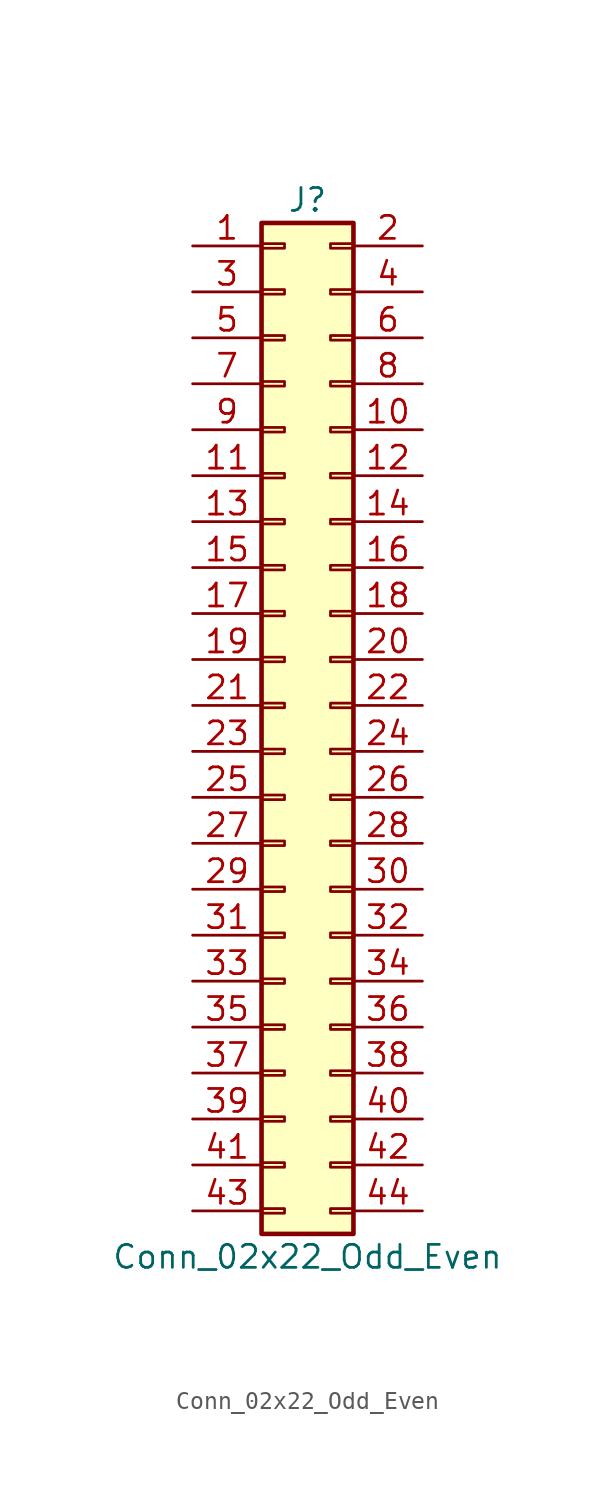
<source format=kicad_sym>
(kicad_symbol_lib
  (version 20241209)
  (generator "kicad_symbol_editor")
  (generator_version "9.0")
  (symbol "Conn_02x22_Odd_Even"
    (pin_names
      (offset 1.016)
      (hide yes))
    (property "Reference" "J"
      (at 1.27 27.94 0)
      (effects (font (size 1.27 1.27))))
    (property "Value" "Conn_02x22_Odd_Even"
      (at 1.27 -30.48 0)
      (effects (font (size 1.27 1.27))))
    (symbol "Conn_02x22_Odd_Even_1_1"
      (rectangle (start -1.27 26.67) (end 3.81 -29.21) (stroke (width 0.254) (type default)) (fill (type background)))
      (rectangle (start -1.27 25.527) (end 0 25.273) (stroke (width 0.152) (type default)) (fill (type none)))
      (rectangle (start -1.27 22.987) (end 0 22.733) (stroke (width 0.152) (type default)) (fill (type none)))
      (rectangle (start -1.27 20.447) (end 0 20.193) (stroke (width 0.152) (type default)) (fill (type none)))
      (rectangle (start -1.27 17.907) (end 0 17.653) (stroke (width 0.152) (type default)) (fill (type none)))
      (rectangle (start -1.27 15.367) (end 0 15.113) (stroke (width 0.152) (type default)) (fill (type none)))
      (rectangle (start -1.27 12.827) (end 0 12.573) (stroke (width 0.152) (type default)) (fill (type none)))
      (rectangle (start -1.27 10.287) (end 0 10.033) (stroke (width 0.152) (type default)) (fill (type none)))
      (rectangle (start -1.27 7.747) (end 0 7.493) (stroke (width 0.152) (type default)) (fill (type none)))
      (rectangle (start -1.27 5.207) (end 0 4.953) (stroke (width 0.152) (type default)) (fill (type none)))
      (rectangle (start -1.27 2.667) (end 0 2.413) (stroke (width 0.152) (type default)) (fill (type none)))
      (rectangle (start -1.27 0.127) (end 0 -0.127) (stroke (width 0.152) (type default)) (fill (type none)))
      (rectangle (start -1.27 -2.413) (end 0 -2.667) (stroke (width 0.152) (type default)) (fill (type none)))
      (rectangle (start -1.27 -4.953) (end 0 -5.207) (stroke (width 0.152) (type default)) (fill (type none)))
      (rectangle (start -1.27 -7.493) (end 0 -7.747) (stroke (width 0.152) (type default)) (fill (type none)))
      (rectangle (start -1.27 -10.033) (end 0 -10.287) (stroke (width 0.152) (type default)) (fill (type none)))
      (rectangle (start -1.27 -12.573) (end 0 -12.827) (stroke (width 0.152) (type default)) (fill (type none)))
      (rectangle (start -1.27 -15.113) (end 0 -15.367) (stroke (width 0.152) (type default)) (fill (type none)))
      (rectangle (start -1.27 -17.653) (end 0 -17.907) (stroke (width 0.152) (type default)) (fill (type none)))
      (rectangle (start -1.27 -20.193) (end 0 -20.447) (stroke (width 0.152) (type default)) (fill (type none)))
      (rectangle (start -1.27 -22.733) (end 0 -22.987) (stroke (width 0.152) (type default)) (fill (type none)))
      (rectangle (start -1.27 -25.273) (end 0 -25.527) (stroke (width 0.152) (type default)) (fill (type none)))
      (rectangle (start -1.27 -27.813) (end 0 -28.067) (stroke (width 0.152) (type default)) (fill (type none)))
      (rectangle (start 3.81 25.527) (end 2.54 25.273) (stroke (width 0.152) (type default)) (fill (type none)))
      (rectangle (start 3.81 22.987) (end 2.54 22.733) (stroke (width 0.152) (type default)) (fill (type none)))
      (rectangle (start 3.81 20.447) (end 2.54 20.193) (stroke (width 0.152) (type default)) (fill (type none)))
      (rectangle (start 3.81 17.907) (end 2.54 17.653) (stroke (width 0.152) (type default)) (fill (type none)))
      (rectangle (start 3.81 15.367) (end 2.54 15.113) (stroke (width 0.152) (type default)) (fill (type none)))
      (rectangle (start 3.81 12.827) (end 2.54 12.573) (stroke (width 0.152) (type default)) (fill (type none)))
      (rectangle (start 3.81 10.287) (end 2.54 10.033) (stroke (width 0.152) (type default)) (fill (type none)))
      (rectangle (start 3.81 7.747) (end 2.54 7.493) (stroke (width 0.152) (type default)) (fill (type none)))
      (rectangle (start 3.81 5.207) (end 2.54 4.953) (stroke (width 0.152) (type default)) (fill (type none)))
      (rectangle (start 3.81 2.667) (end 2.54 2.413) (stroke (width 0.152) (type default)) (fill (type none)))
      (rectangle (start 3.81 0.127) (end 2.54 -0.127) (stroke (width 0.152) (type default)) (fill (type none)))
      (rectangle (start 3.81 -2.413) (end 2.54 -2.667) (stroke (width 0.152) (type default)) (fill (type none)))
      (rectangle (start 3.81 -4.953) (end 2.54 -5.207) (stroke (width 0.152) (type default)) (fill (type none)))
      (rectangle (start 3.81 -7.493) (end 2.54 -7.747) (stroke (width 0.152) (type default)) (fill (type none)))
      (rectangle (start 3.81 -10.033) (end 2.54 -10.287) (stroke (width 0.152) (type default)) (fill (type none)))
      (rectangle (start 3.81 -12.573) (end 2.54 -12.827) (stroke (width 0.152) (type default)) (fill (type none)))
      (rectangle (start 3.81 -15.113) (end 2.54 -15.367) (stroke (width 0.152) (type default)) (fill (type none)))
      (rectangle (start 3.81 -17.653) (end 2.54 -17.907) (stroke (width 0.152) (type default)) (fill (type none)))
      (rectangle (start 3.81 -20.193) (end 2.54 -20.447) (stroke (width 0.152) (type default)) (fill (type none)))
      (rectangle (start 3.81 -22.733) (end 2.54 -22.987) (stroke (width 0.152) (type default)) (fill (type none)))
      (rectangle (start 3.81 -25.273) (end 2.54 -25.527) (stroke (width 0.152) (type default)) (fill (type none)))
      (rectangle (start 3.81 -27.813) (end 2.54 -28.067) (stroke (width 0.152) (type default)) (fill (type none)))
      (pin passive line (at -5.08 25.4 0) (length 3.81) (name "Pin_1" (effects (font (size 1.27 1.27)))) (number "1" (effects (font (size 1.27 1.27)))))
      (pin passive line (at -5.08 22.86 0) (length 3.81) (name "Pin_3" (effects (font (size 1.27 1.27)))) (number "3" (effects (font (size 1.27 1.27)))))
      (pin passive line (at -5.08 20.32 0) (length 3.81) (name "Pin_5" (effects (font (size 1.27 1.27)))) (number "5" (effects (font (size 1.27 1.27)))))
      (pin passive line (at -5.08 17.78 0) (length 3.81) (name "Pin_7" (effects (font (size 1.27 1.27)))) (number "7" (effects (font (size 1.27 1.27)))))
      (pin passive line (at -5.08 15.24 0) (length 3.81) (name "Pin_9" (effects (font (size 1.27 1.27)))) (number "9" (effects (font (size 1.27 1.27)))))
      (pin passive line (at -5.08 12.7 0) (length 3.81) (name "Pin_11" (effects (font (size 1.27 1.27)))) (number "11" (effects (font (size 1.27 1.27)))))
      (pin passive line (at -5.08 10.16 0) (length 3.81) (name "Pin_13" (effects (font (size 1.27 1.27)))) (number "13" (effects (font (size 1.27 1.27)))))
      (pin passive line (at -5.08 7.62 0) (length 3.81) (name "Pin_15" (effects (font (size 1.27 1.27)))) (number "15" (effects (font (size 1.27 1.27)))))
      (pin passive line (at -5.08 5.08 0) (length 3.81) (name "Pin_17" (effects (font (size 1.27 1.27)))) (number "17" (effects (font (size 1.27 1.27)))))
      (pin passive line (at -5.08 2.54 0) (length 3.81) (name "Pin_19" (effects (font (size 1.27 1.27)))) (number "19" (effects (font (size 1.27 1.27)))))
      (pin passive line (at -5.08 0 0) (length 3.81) (name "Pin_21" (effects (font (size 1.27 1.27)))) (number "21" (effects (font (size 1.27 1.27)))))
      (pin passive line (at -5.08 -2.54 0) (length 3.81) (name "Pin_23" (effects (font (size 1.27 1.27)))) (number "23" (effects (font (size 1.27 1.27)))))
      (pin passive line (at -5.08 -5.08 0) (length 3.81) (name "Pin_25" (effects (font (size 1.27 1.27)))) (number "25" (effects (font (size 1.27 1.27)))))
      (pin passive line (at -5.08 -7.62 0) (length 3.81) (name "Pin_27" (effects (font (size 1.27 1.27)))) (number "27" (effects (font (size 1.27 1.27)))))
      (pin passive line (at -5.08 -10.16 0) (length 3.81) (name "Pin_29" (effects (font (size 1.27 1.27)))) (number "29" (effects (font (size 1.27 1.27)))))
      (pin passive line (at -5.08 -12.7 0) (length 3.81) (name "Pin_31" (effects (font (size 1.27 1.27)))) (number "31" (effects (font (size 1.27 1.27)))))
      (pin passive line (at -5.08 -15.24 0) (length 3.81) (name "Pin_33" (effects (font (size 1.27 1.27)))) (number "33" (effects (font (size 1.27 1.27)))))
      (pin passive line (at -5.08 -17.78 0) (length 3.81) (name "Pin_35" (effects (font (size 1.27 1.27)))) (number "35" (effects (font (size 1.27 1.27)))))
      (pin passive line (at -5.08 -20.32 0) (length 3.81) (name "Pin_37" (effects (font (size 1.27 1.27)))) (number "37" (effects (font (size 1.27 1.27)))))
      (pin passive line (at -5.08 -22.86 0) (length 3.81) (name "Pin_39" (effects (font (size 1.27 1.27)))) (number "39" (effects (font (size 1.27 1.27)))))
      (pin passive line (at -5.08 -25.4 0) (length 3.81) (name "Pin_41" (effects (font (size 1.27 1.27)))) (number "41" (effects (font (size 1.27 1.27)))))
      (pin passive line (at -5.08 -27.94 0) (length 3.81) (name "Pin_43" (effects (font (size 1.27 1.27)))) (number "43" (effects (font (size 1.27 1.27)))))
      (pin passive line (at 7.62 25.4 180) (length 3.81) (name "Pin_2" (effects (font (size 1.27 1.27)))) (number "2" (effects (font (size 1.27 1.27)))))
      (pin passive line (at 7.62 22.86 180) (length 3.81) (name "Pin_4" (effects (font (size 1.27 1.27)))) (number "4" (effects (font (size 1.27 1.27)))))
      (pin passive line (at 7.62 20.32 180) (length 3.81) (name "Pin_6" (effects (font (size 1.27 1.27)))) (number "6" (effects (font (size 1.27 1.27)))))
      (pin passive line (at 7.62 17.78 180) (length 3.81) (name "Pin_8" (effects (font (size 1.27 1.27)))) (number "8" (effects (font (size 1.27 1.27)))))
      (pin passive line (at 7.62 15.24 180) (length 3.81) (name "Pin_10" (effects (font (size 1.27 1.27)))) (number "10" (effects (font (size 1.27 1.27)))))
      (pin passive line (at 7.62 12.7 180) (length 3.81) (name "Pin_12" (effects (font (size 1.27 1.27)))) (number "12" (effects (font (size 1.27 1.27)))))
      (pin passive line (at 7.62 10.16 180) (length 3.81) (name "Pin_14" (effects (font (size 1.27 1.27)))) (number "14" (effects (font (size 1.27 1.27)))))
      (pin passive line (at 7.62 7.62 180) (length 3.81) (name "Pin_16" (effects (font (size 1.27 1.27)))) (number "16" (effects (font (size 1.27 1.27)))))
      (pin passive line (at 7.62 5.08 180) (length 3.81) (name "Pin_18" (effects (font (size 1.27 1.27)))) (number "18" (effects (font (size 1.27 1.27)))))
      (pin passive line (at 7.62 2.54 180) (length 3.81) (name "Pin_20" (effects (font (size 1.27 1.27)))) (number "20" (effects (font (size 1.27 1.27)))))
      (pin passive line (at 7.62 0 180) (length 3.81) (name "Pin_22" (effects (font (size 1.27 1.27)))) (number "22" (effects (font (size 1.27 1.27)))))
      (pin passive line (at 7.62 -2.54 180) (length 3.81) (name "Pin_24" (effects (font (size 1.27 1.27)))) (number "24" (effects (font (size 1.27 1.27)))))
      (pin passive line (at 7.62 -5.08 180) (length 3.81) (name "Pin_26" (effects (font (size 1.27 1.27)))) (number "26" (effects (font (size 1.27 1.27)))))
      (pin passive line (at 7.62 -7.62 180) (length 3.81) (name "Pin_28" (effects (font (size 1.27 1.27)))) (number "28" (effects (font (size 1.27 1.27)))))
      (pin passive line (at 7.62 -10.16 180) (length 3.81) (name "Pin_30" (effects (font (size 1.27 1.27)))) (number "30" (effects (font (size 1.27 1.27)))))
      (pin passive line (at 7.62 -12.7 180) (length 3.81) (name "Pin_32" (effects (font (size 1.27 1.27)))) (number "32" (effects (font (size 1.27 1.27)))))
      (pin passive line (at 7.62 -15.24 180) (length 3.81) (name "Pin_34" (effects (font (size 1.27 1.27)))) (number "34" (effects (font (size 1.27 1.27)))))
      (pin passive line (at 7.62 -17.78 180) (length 3.81) (name "Pin_36" (effects (font (size 1.27 1.27)))) (number "36" (effects (font (size 1.27 1.27)))))
      (pin passive line (at 7.62 -20.32 180) (length 3.81) (name "Pin_38" (effects (font (size 1.27 1.27)))) (number "38" (effects (font (size 1.27 1.27)))))
      (pin passive line (at 7.62 -22.86 180) (length 3.81) (name "Pin_40" (effects (font (size 1.27 1.27)))) (number "40" (effects (font (size 1.27 1.27)))))
      (pin passive line (at 7.62 -25.4 180) (length 3.81) (name "Pin_42" (effects (font (size 1.27 1.27)))) (number "42" (effects (font (size 1.27 1.27)))))
      (pin passive line (at 7.62 -27.94 180) (length 3.81) (name "Pin_44" (effects (font (size 1.27 1.27)))) (number "44" (effects (font (size 1.27 1.27))))))))
</source>
